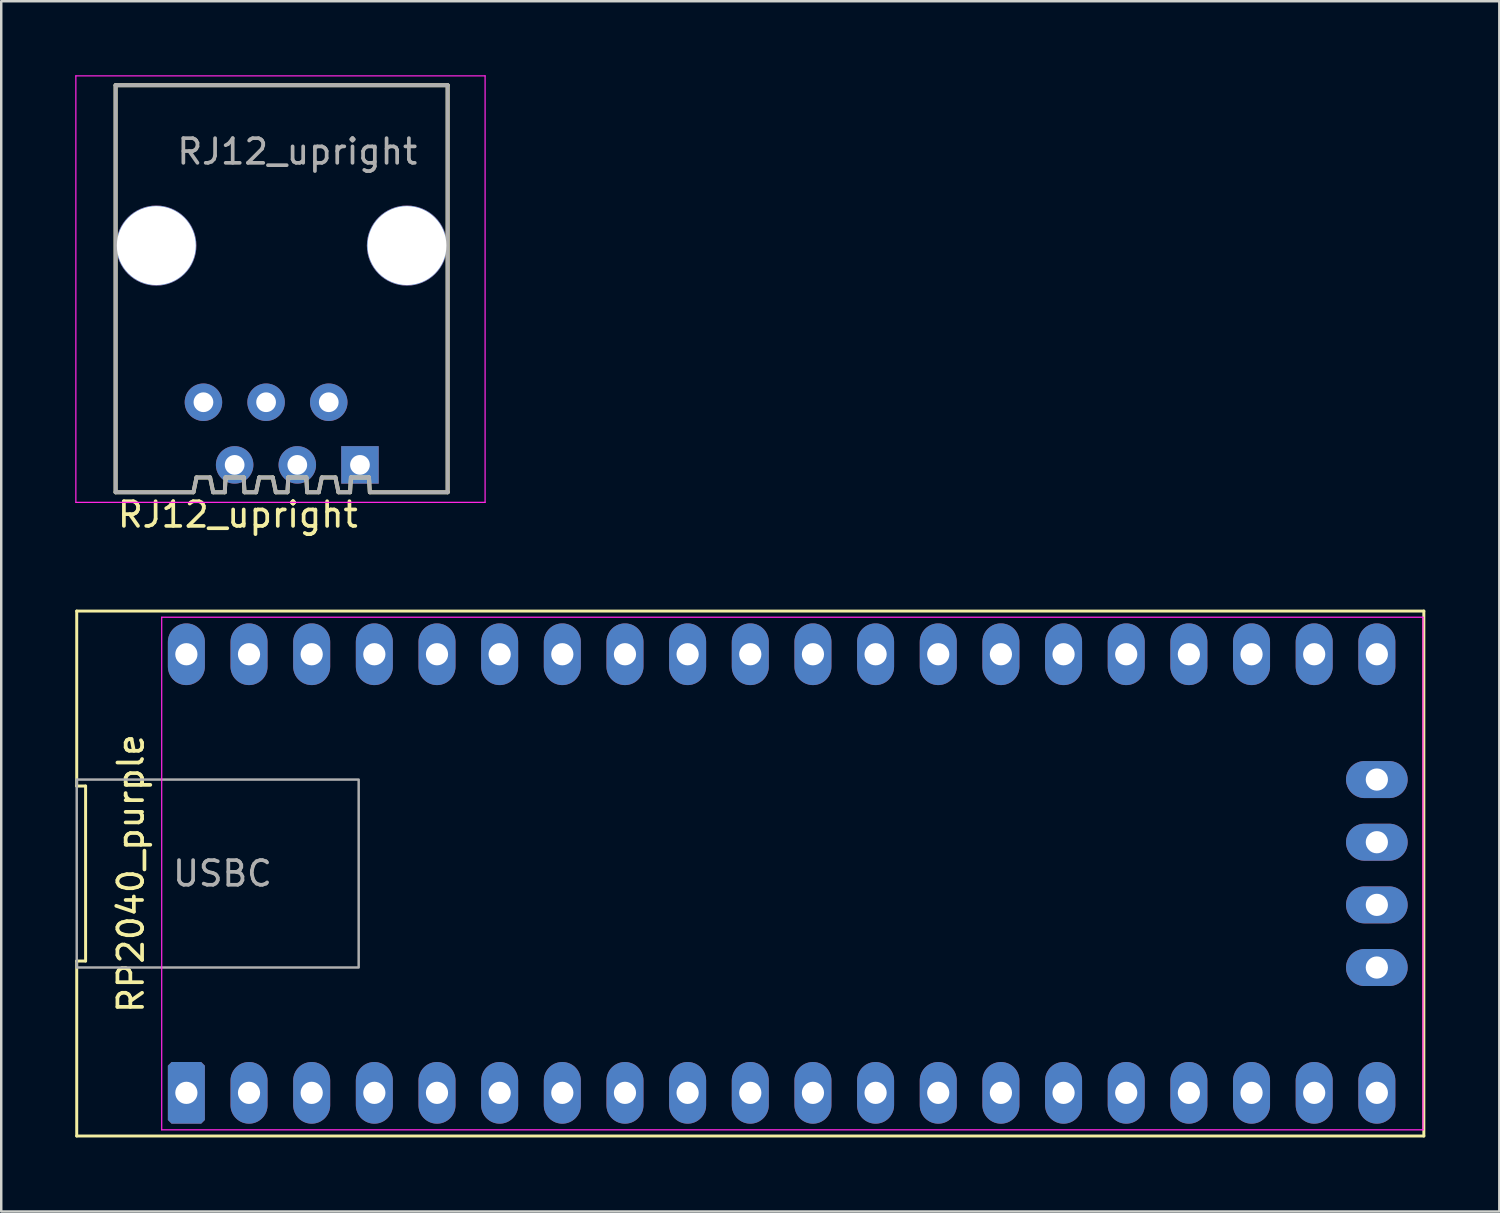
<source format=kicad_pcb>
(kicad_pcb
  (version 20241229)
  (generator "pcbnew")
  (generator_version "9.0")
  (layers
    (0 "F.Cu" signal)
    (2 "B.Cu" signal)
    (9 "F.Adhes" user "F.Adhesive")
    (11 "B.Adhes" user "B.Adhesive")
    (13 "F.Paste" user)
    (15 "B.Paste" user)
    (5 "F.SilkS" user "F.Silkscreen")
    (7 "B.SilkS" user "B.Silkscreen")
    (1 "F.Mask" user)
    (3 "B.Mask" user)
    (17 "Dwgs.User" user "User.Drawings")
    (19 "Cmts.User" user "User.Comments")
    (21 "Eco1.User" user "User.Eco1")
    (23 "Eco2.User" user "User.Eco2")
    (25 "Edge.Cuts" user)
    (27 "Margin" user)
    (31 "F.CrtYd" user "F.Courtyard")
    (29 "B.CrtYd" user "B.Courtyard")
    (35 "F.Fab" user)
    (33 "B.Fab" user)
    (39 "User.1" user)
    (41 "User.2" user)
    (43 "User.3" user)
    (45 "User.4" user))
  (footprint "RJ12_upright"
    (layer "F.Cu")
    (at 10.272 8.811)
    (property "Reference" "RJ12_upright" (at -8.636 9.003 0) (layer "F.SilkS") (effects (font (size 1 1) (thickness 0.15)) (justify left)))
    (attr through_hole)
    (fp_line (start -8.635 -8.405) (end -8.635 8.095) (stroke (width 0.16) (type solid)) (layer "F.SilkS"))
    (fp_line (start -8.635 -8.405) (end 4.825 -8.405) (stroke (width 0.16) (type solid)) (layer "F.SilkS"))
    (fp_line (start -8.635 8.095) (end -5.488 8.095) (stroke (width 0.16) (type solid)) (layer "F.SilkS"))
    (fp_line (start -5.355 7.495) (end -5.48 8.095) (stroke (width 0.16) (type solid)) (layer "F.SilkS"))
    (fp_line (start -5.355 7.495) (end -4.805 7.495) (stroke (width 0.16) (type solid)) (layer "F.SilkS"))
    (fp_line (start -4.68 8.095) (end -4.805 7.495) (stroke (width 0.16) (type solid)) (layer "F.SilkS"))
    (fp_line (start -4.68 8.095) (end -4.21 8.095) (stroke (width 0.16) (type solid)) (layer "F.SilkS"))
    (fp_line (start -4.176 7.495) (end -4.21 8.095) (stroke (width 0.16) (type solid)) (layer "F.SilkS"))
    (fp_line (start -4.176 7.495) (end -3.444 7.495) (stroke (width 0.16) (type solid)) (layer "F.SilkS"))
    (fp_line (start -3.41 8.095) (end -3.444 7.495) (stroke (width 0.16) (type solid)) (layer "F.SilkS"))
    (fp_line (start -3.41 8.095) (end -2.94 8.095) (stroke (width 0.16) (type solid)) (layer "F.SilkS"))
    (fp_line (start -2.815 7.495) (end -2.94 8.095) (stroke (width 0.16) (type solid)) (layer "F.SilkS"))
    (fp_line (start -2.815 7.495) (end -2.265 7.495) (stroke (width 0.16) (type solid)) (layer "F.SilkS"))
    (fp_line (start -2.14 8.095) (end -2.265 7.495) (stroke (width 0.16) (type solid)) (layer "F.SilkS"))
    (fp_line (start -2.14 8.095) (end -1.67 8.095) (stroke (width 0.16) (type solid)) (layer "F.SilkS"))
    (fp_line (start -1.636 7.495) (end -1.67 8.095) (stroke (width 0.16) (type solid)) (layer "F.SilkS"))
    (fp_line (start -1.636 7.495) (end -0.904 7.495) (stroke (width 0.16) (type solid)) (layer "F.SilkS"))
    (fp_line (start -0.87 8.095) (end -0.904 7.495) (stroke (width 0.16) (type solid)) (layer "F.SilkS"))
    (fp_line (start -0.87 8.095) (end -0.4 8.095) (stroke (width 0.16) (type solid)) (layer "F.SilkS"))
    (fp_line (start -0.275 7.495) (end -0.4 8.095) (stroke (width 0.16) (type solid)) (layer "F.SilkS"))
    (fp_line (start -0.275 7.495) (end 0.275 7.495) (stroke (width 0.16) (type solid)) (layer "F.SilkS"))
    (fp_line (start 0.4 8.095) (end 0.275 7.495) (stroke (width 0.16) (type solid)) (layer "F.SilkS"))
    (fp_line (start 0.4 8.095) (end 0.87 8.095) (stroke (width 0.16) (type solid)) (layer "F.SilkS"))
    (fp_line (start 0.904 7.495) (end 0.87 8.095) (stroke (width 0.16) (type solid)) (layer "F.SilkS"))
    (fp_line (start 0.904 7.495) (end 1.636 7.495) (stroke (width 0.16) (type solid)) (layer "F.SilkS"))
    (fp_line (start 1.67 8.095) (end 1.636 7.495) (stroke (width 0.16) (type solid)) (layer "F.SilkS"))
    (fp_line (start 1.676 8.095) (end 4.825 8.095) (stroke (width 0.16) (type solid)) (layer "F.SilkS"))
    (fp_line (start 4.825 -8.405) (end 4.825 8.095) (stroke (width 0.16) (type solid)) (layer "F.SilkS"))
    (fp_line (start -10.247 -8.786) (end 6.343 -8.786) (stroke (width 0.05) (type solid)) (layer "F.CrtYd"))
    (fp_line (start -10.247 8.504) (end -10.247 -8.786) (stroke (width 0.05) (type solid)) (layer "F.CrtYd"))
    (fp_line (start 6.343 -8.786) (end 6.343 8.504) (stroke (width 0.05) (type solid)) (layer "F.CrtYd"))
    (fp_line (start 6.343 8.504) (end -10.247 8.504) (stroke (width 0.05) (type solid)) (layer "F.CrtYd"))
    (fp_line (start -8.636 -8.407) (end -8.636 8.093) (stroke (width 0.16) (type solid)) (layer "F.Fab"))
    (fp_line (start -8.636 -8.407) (end 4.824 -8.407) (stroke (width 0.16) (type solid)) (layer "F.Fab"))
    (fp_line (start -8.636 8.093) (end -5.489 8.093) (stroke (width 0.16) (type solid)) (layer "F.Fab"))
    (fp_line (start -5.356 7.493) (end -5.481 8.093) (stroke (width 0.16) (type solid)) (layer "F.Fab"))
    (fp_line (start -5.356 7.493) (end -4.806 7.493) (stroke (width 0.16) (type solid)) (layer "F.Fab"))
    (fp_line (start -4.681 8.093) (end -4.806 7.493) (stroke (width 0.16) (type solid)) (layer "F.Fab"))
    (fp_line (start -4.681 8.093) (end -4.211 8.093) (stroke (width 0.16) (type solid)) (layer "F.Fab"))
    (fp_line (start -4.177 7.493) (end -4.211 8.093) (stroke (width 0.16) (type solid)) (layer "F.Fab"))
    (fp_line (start -4.177 7.493) (end -3.445 7.493) (stroke (width 0.16) (type solid)) (layer "F.Fab"))
    (fp_line (start -3.411 8.093) (end -3.445 7.493) (stroke (width 0.16) (type solid)) (layer "F.Fab"))
    (fp_line (start -3.411 8.093) (end -2.941 8.093) (stroke (width 0.16) (type solid)) (layer "F.Fab"))
    (fp_line (start -2.816 7.493) (end -2.941 8.093) (stroke (width 0.16) (type solid)) (layer "F.Fab"))
    (fp_line (start -2.816 7.493) (end -2.266 7.493) (stroke (width 0.16) (type solid)) (layer "F.Fab"))
    (fp_line (start -2.141 8.093) (end -2.266 7.493) (stroke (width 0.16) (type solid)) (layer "F.Fab"))
    (fp_line (start -2.141 8.093) (end -1.671 8.093) (stroke (width 0.16) (type solid)) (layer "F.Fab"))
    (fp_line (start -1.637 7.493) (end -1.671 8.093) (stroke (width 0.16) (type solid)) (layer "F.Fab"))
    (fp_line (start -1.637 7.493) (end -0.905 7.493) (stroke (width 0.16) (type solid)) (layer "F.Fab"))
    (fp_line (start -0.871 8.093) (end -0.905 7.493) (stroke (width 0.16) (type solid)) (layer "F.Fab"))
    (fp_line (start -0.871 8.093) (end -0.401 8.093) (stroke (width 0.16) (type solid)) (layer "F.Fab"))
    (fp_line (start -0.276 7.493) (end -0.401 8.093) (stroke (width 0.16) (type solid)) (layer "F.Fab"))
    (fp_line (start -0.276 7.493) (end 0.274 7.493) (stroke (width 0.16) (type solid)) (layer "F.Fab"))
    (fp_line (start 0.399 8.093) (end 0.274 7.493) (stroke (width 0.16) (type solid)) (layer "F.Fab"))
    (fp_line (start 0.399 8.093) (end 0.869 8.093) (stroke (width 0.16) (type solid)) (layer "F.Fab"))
    (fp_line (start 0.903 7.493) (end 0.869 8.093) (stroke (width 0.16) (type solid)) (layer "F.Fab"))
    (fp_line (start 0.903 7.493) (end 1.635 7.493) (stroke (width 0.16) (type solid)) (layer "F.Fab"))
    (fp_line (start 1.669 8.093) (end 1.635 7.493) (stroke (width 0.16) (type solid)) (layer "F.Fab"))
    (fp_line (start 1.675 8.093) (end 4.824 8.093) (stroke (width 0.16) (type solid)) (layer "F.Fab"))
    (fp_line (start 4.824 -8.407) (end 4.824 8.093) (stroke (width 0.16) (type solid)) (layer "F.Fab"))
    (fp_text user "${REFERENCE}" (at -1.27 -5.715 180) (layer "F.Fab") (effects (font (size 1 1) (thickness 0.15))))
    (pad "" np_thru_hole circle (at -6.985 -1.905 90) (size 3.25 3.25) (drill 3.2) (layers "*.Cu" "*.Mask"))
    (pad "" np_thru_hole circle (at 3.175 -1.905 90) (size 3.25 3.25) (drill 3.2) (layers "*.Cu" "*.Mask"))
    (pad "1" thru_hole rect (at 1.27 6.985 90) (size 1.52 1.52) (drill 0.8) (layers "*.Cu" "*.Mask"))
    (pad "2" thru_hole circle (at 0.005 4.445 90) (size 1.52 1.52) (drill 0.8) (layers "*.Cu" "*.Mask"))
    (pad "3" thru_hole circle (at -1.27 6.985 90) (size 1.52 1.52) (drill 0.8) (layers "*.Cu" "*.Mask"))
    (pad "4" thru_hole circle (at -2.535 4.445 90) (size 1.52 1.52) (drill 0.8) (layers "*.Cu" "*.Mask"))
    (pad "5" thru_hole circle (at -3.81 6.985 90) (size 1.52 1.52) (drill 0.8) (layers "*.Cu" "*.Mask"))
    (pad "6" thru_hole circle (at -5.075 4.445 90) (size 1.52 1.52) (drill 0.8) (layers "*.Cu" "*.Mask")))
  (footprint "RP2040_purple"
    (layer "F.Cu")
    (at 28.635 32.362)
    (property "Reference" "RP2040_purple" (at -26.38 0 90) (layer "F.SilkS") (effects (font (size 1 1) (thickness 0.15))))
    (attr through_hole)
    (fp_line (start -28.575 -10.64) (end -28.575 -3.547) (stroke (width 0.12) (type default)) (layer "F.SilkS"))
    (fp_line (start -28.575 -3.547) (end -28.215 -3.547) (stroke (width 0.12) (type default)) (layer "F.SilkS"))
    (fp_line (start -28.575 3.547) (end -28.575 10.64) (stroke (width 0.12) (type default)) (layer "F.SilkS"))
    (fp_line (start -28.575 10.64) (end 26.035 10.64) (stroke (width 0.12) (type default)) (layer "F.SilkS"))
    (fp_line (start -28.215 -3.547) (end -28.215 3.547) (stroke (width 0.12) (type default)) (layer "F.SilkS"))
    (fp_line (start -28.215 3.547) (end -28.575 3.547) (stroke (width 0.12) (type default)) (layer "F.SilkS"))
    (fp_line (start 26.035 -10.64) (end -28.575 -10.64) (stroke (width 0.12) (type default)) (layer "F.SilkS"))
    (fp_line (start 26.035 10.64) (end 26.035 -10.64) (stroke (width 0.12) (type default)) (layer "F.SilkS"))
    (fp_line (start -25.13 -10.39) (end 26 -10.39) (stroke (width 0.05) (type default)) (layer "F.CrtYd"))
    (fp_line (start -25.13 10.39) (end -25.13 -10.39) (stroke (width 0.05) (type default)) (layer "F.CrtYd"))
    (fp_line (start 26 -10.39) (end 26 10.39) (stroke (width 0.05) (type default)) (layer "F.CrtYd"))
    (fp_line (start 26 10.39) (end -25.13 10.39) (stroke (width 0.05) (type default)) (layer "F.CrtYd"))
    (fp_rect (start -28.575 -3.81) (end -17.145 3.81) (stroke (width 0.1) (type default)) (fill no) (layer "F.Fab"))
    (fp_text user "USBC" (at -24.765 0 0) (unlocked yes) (layer "F.Fab") (effects (font (size 1 1) (thickness 0.15)) (justify left)))
    (pad "1" thru_hole roundrect (at -24.13 8.89) (size 1.5 2.5) (drill 0.9) (layers "*.Cu" "*.Mask") (roundrect_rratio 0) (chamfer_ratio 0.1) (chamfer top_left top_right bottom_left bottom_right))
    (pad "2" thru_hole oval (at -21.59 8.89) (size 1.5 2.5) (drill 0.9) (layers "*.Cu" "*.Mask"))
    (pad "3" thru_hole oval (at -19.05 8.89) (size 1.5 2.5) (drill 0.9) (layers "*.Cu" "*.Mask"))
    (pad "4" thru_hole oval (at -16.51 8.89) (size 1.5 2.5) (drill 0.9) (layers "*.Cu" "*.Mask"))
    (pad "5" thru_hole oval (at -13.97 8.89) (size 1.5 2.5) (drill 0.9) (layers "*.Cu" "*.Mask"))
    (pad "6" thru_hole oval (at -11.43 8.89) (size 1.5 2.5) (drill 0.9) (layers "*.Cu" "*.Mask"))
    (pad "7" thru_hole oval (at -8.89 8.89) (size 1.5 2.5) (drill 0.9) (layers "*.Cu" "*.Mask"))
    (pad "8" thru_hole oval (at -6.35 8.89) (size 1.5 2.5) (drill 0.9) (layers "*.Cu" "*.Mask"))
    (pad "9" thru_hole oval (at -3.81 8.89) (size 1.5 2.5) (drill 0.9) (layers "*.Cu" "*.Mask"))
    (pad "10" thru_hole oval (at -1.27 8.89) (size 1.5 2.5) (drill 0.9) (layers "*.Cu" "*.Mask"))
    (pad "11" thru_hole oval (at 1.27 8.89) (size 1.5 2.5) (drill 0.9) (layers "*.Cu" "*.Mask"))
    (pad "12" thru_hole oval (at 3.81 8.89) (size 1.5 2.5) (drill 0.9) (layers "*.Cu" "*.Mask"))
    (pad "13" thru_hole oval (at 6.35 8.89) (size 1.5 2.5) (drill 0.9) (layers "*.Cu" "*.Mask"))
    (pad "14" thru_hole oval (at 8.89 8.89) (size 1.5 2.5) (drill 0.9) (layers "*.Cu" "*.Mask"))
    (pad "15" thru_hole oval (at 11.43 8.89) (size 1.5 2.5) (drill 0.9) (layers "*.Cu" "*.Mask"))
    (pad "16" thru_hole oval (at 13.97 8.89) (size 1.5 2.5) (drill 0.9) (layers "*.Cu" "*.Mask"))
    (pad "17" thru_hole oval (at 16.51 8.89) (size 1.5 2.5) (drill 0.9) (layers "*.Cu" "*.Mask"))
    (pad "18" thru_hole oval (at 19.05 8.89) (size 1.5 2.5) (drill 0.9) (layers "*.Cu" "*.Mask"))
    (pad "19" thru_hole oval (at 21.59 8.89) (size 1.5 2.5) (drill 0.9) (layers "*.Cu" "*.Mask"))
    (pad "20" thru_hole oval (at 24.13 8.89) (size 1.5 2.5) (drill 0.9) (layers "*.Cu" "*.Mask"))
    (pad "21" thru_hole oval (at 24.13 -8.89) (size 1.5 2.5) (drill 0.9) (layers "*.Cu" "*.Mask"))
    (pad "22" thru_hole oval (at 21.59 -8.89) (size 1.5 2.5) (drill 0.9) (layers "*.Cu" "*.Mask"))
    (pad "23" thru_hole oval (at 19.05 -8.89) (size 1.5 2.5) (drill 0.9) (layers "*.Cu" "*.Mask"))
    (pad "24" thru_hole oval (at 16.51 -8.89) (size 1.5 2.5) (drill 0.9) (layers "*.Cu" "*.Mask"))
    (pad "25" thru_hole oval (at 13.97 -8.89) (size 1.5 2.5) (drill 0.9) (layers "*.Cu" "*.Mask"))
    (pad "26" thru_hole oval (at 11.43 -8.89) (size 1.5 2.5) (drill 0.9) (layers "*.Cu" "*.Mask"))
    (pad "27" thru_hole oval (at 8.89 -8.89) (size 1.5 2.5) (drill 0.9) (layers "*.Cu" "*.Mask"))
    (pad "28" thru_hole oval (at 6.35 -8.89) (size 1.5 2.5) (drill 0.9) (layers "*.Cu" "*.Mask"))
    (pad "29" thru_hole oval (at 3.81 -8.89) (size 1.5 2.5) (drill 0.9) (layers "*.Cu" "*.Mask"))
    (pad "30" thru_hole oval (at 1.27 -8.89) (size 1.5 2.5) (drill 0.9) (layers "*.Cu" "*.Mask"))
    (pad "31" thru_hole oval (at -1.27 -8.89) (size 1.5 2.5) (drill 0.9) (layers "*.Cu" "*.Mask"))
    (pad "32" thru_hole oval (at -3.81 -8.89) (size 1.5 2.5) (drill 0.9) (layers "*.Cu" "*.Mask"))
    (pad "33" thru_hole oval (at -6.35 -8.89) (size 1.5 2.5) (drill 0.9) (layers "*.Cu" "*.Mask"))
    (pad "34" thru_hole oval (at -8.89 -8.89) (size 1.5 2.5) (drill 0.9) (layers "*.Cu" "*.Mask"))
    (pad "35" thru_hole oval (at -11.43 -8.89) (size 1.5 2.5) (drill 0.9) (layers "*.Cu" "*.Mask"))
    (pad "36" thru_hole oval (at -13.97 -8.89) (size 1.5 2.5) (drill 0.9) (layers "*.Cu" "*.Mask"))
    (pad "37" thru_hole oval (at -16.51 -8.89) (size 1.5 2.5) (drill 0.9) (layers "*.Cu" "*.Mask"))
    (pad "38" thru_hole oval (at -19.05 -8.89) (size 1.5 2.5) (drill 0.9) (layers "*.Cu" "*.Mask"))
    (pad "39" thru_hole oval (at -21.59 -8.89) (size 1.5 2.5) (drill 0.9) (layers "*.Cu" "*.Mask"))
    (pad "40" thru_hole oval (at -24.13 -8.89) (size 1.5 2.5) (drill 0.9) (layers "*.Cu" "*.Mask"))
    (pad "41" thru_hole oval (at 24.13 3.81 90) (size 1.5 2.5) (drill 0.9) (layers "*.Cu" "*.Mask"))
    (pad "42" thru_hole oval (at 24.13 1.27 90) (size 1.5 2.5) (drill 0.9) (layers "*.Cu" "*.Mask"))
    (pad "43" thru_hole oval (at 24.13 -1.27 90) (size 1.5 2.5) (drill 0.9) (layers "*.Cu" "*.Mask"))
    (pad "44" thru_hole oval (at 24.13 -3.81 90) (size 1.5 2.5) (drill 0.9) (layers "*.Cu" "*.Mask")))
  (gr_rect
    (start -3 -3)
    (end 57.73 46.062)
    (stroke (width 0.1) (type default))
    (fill no)
    (layer "Edge.Cuts")))
</source>
